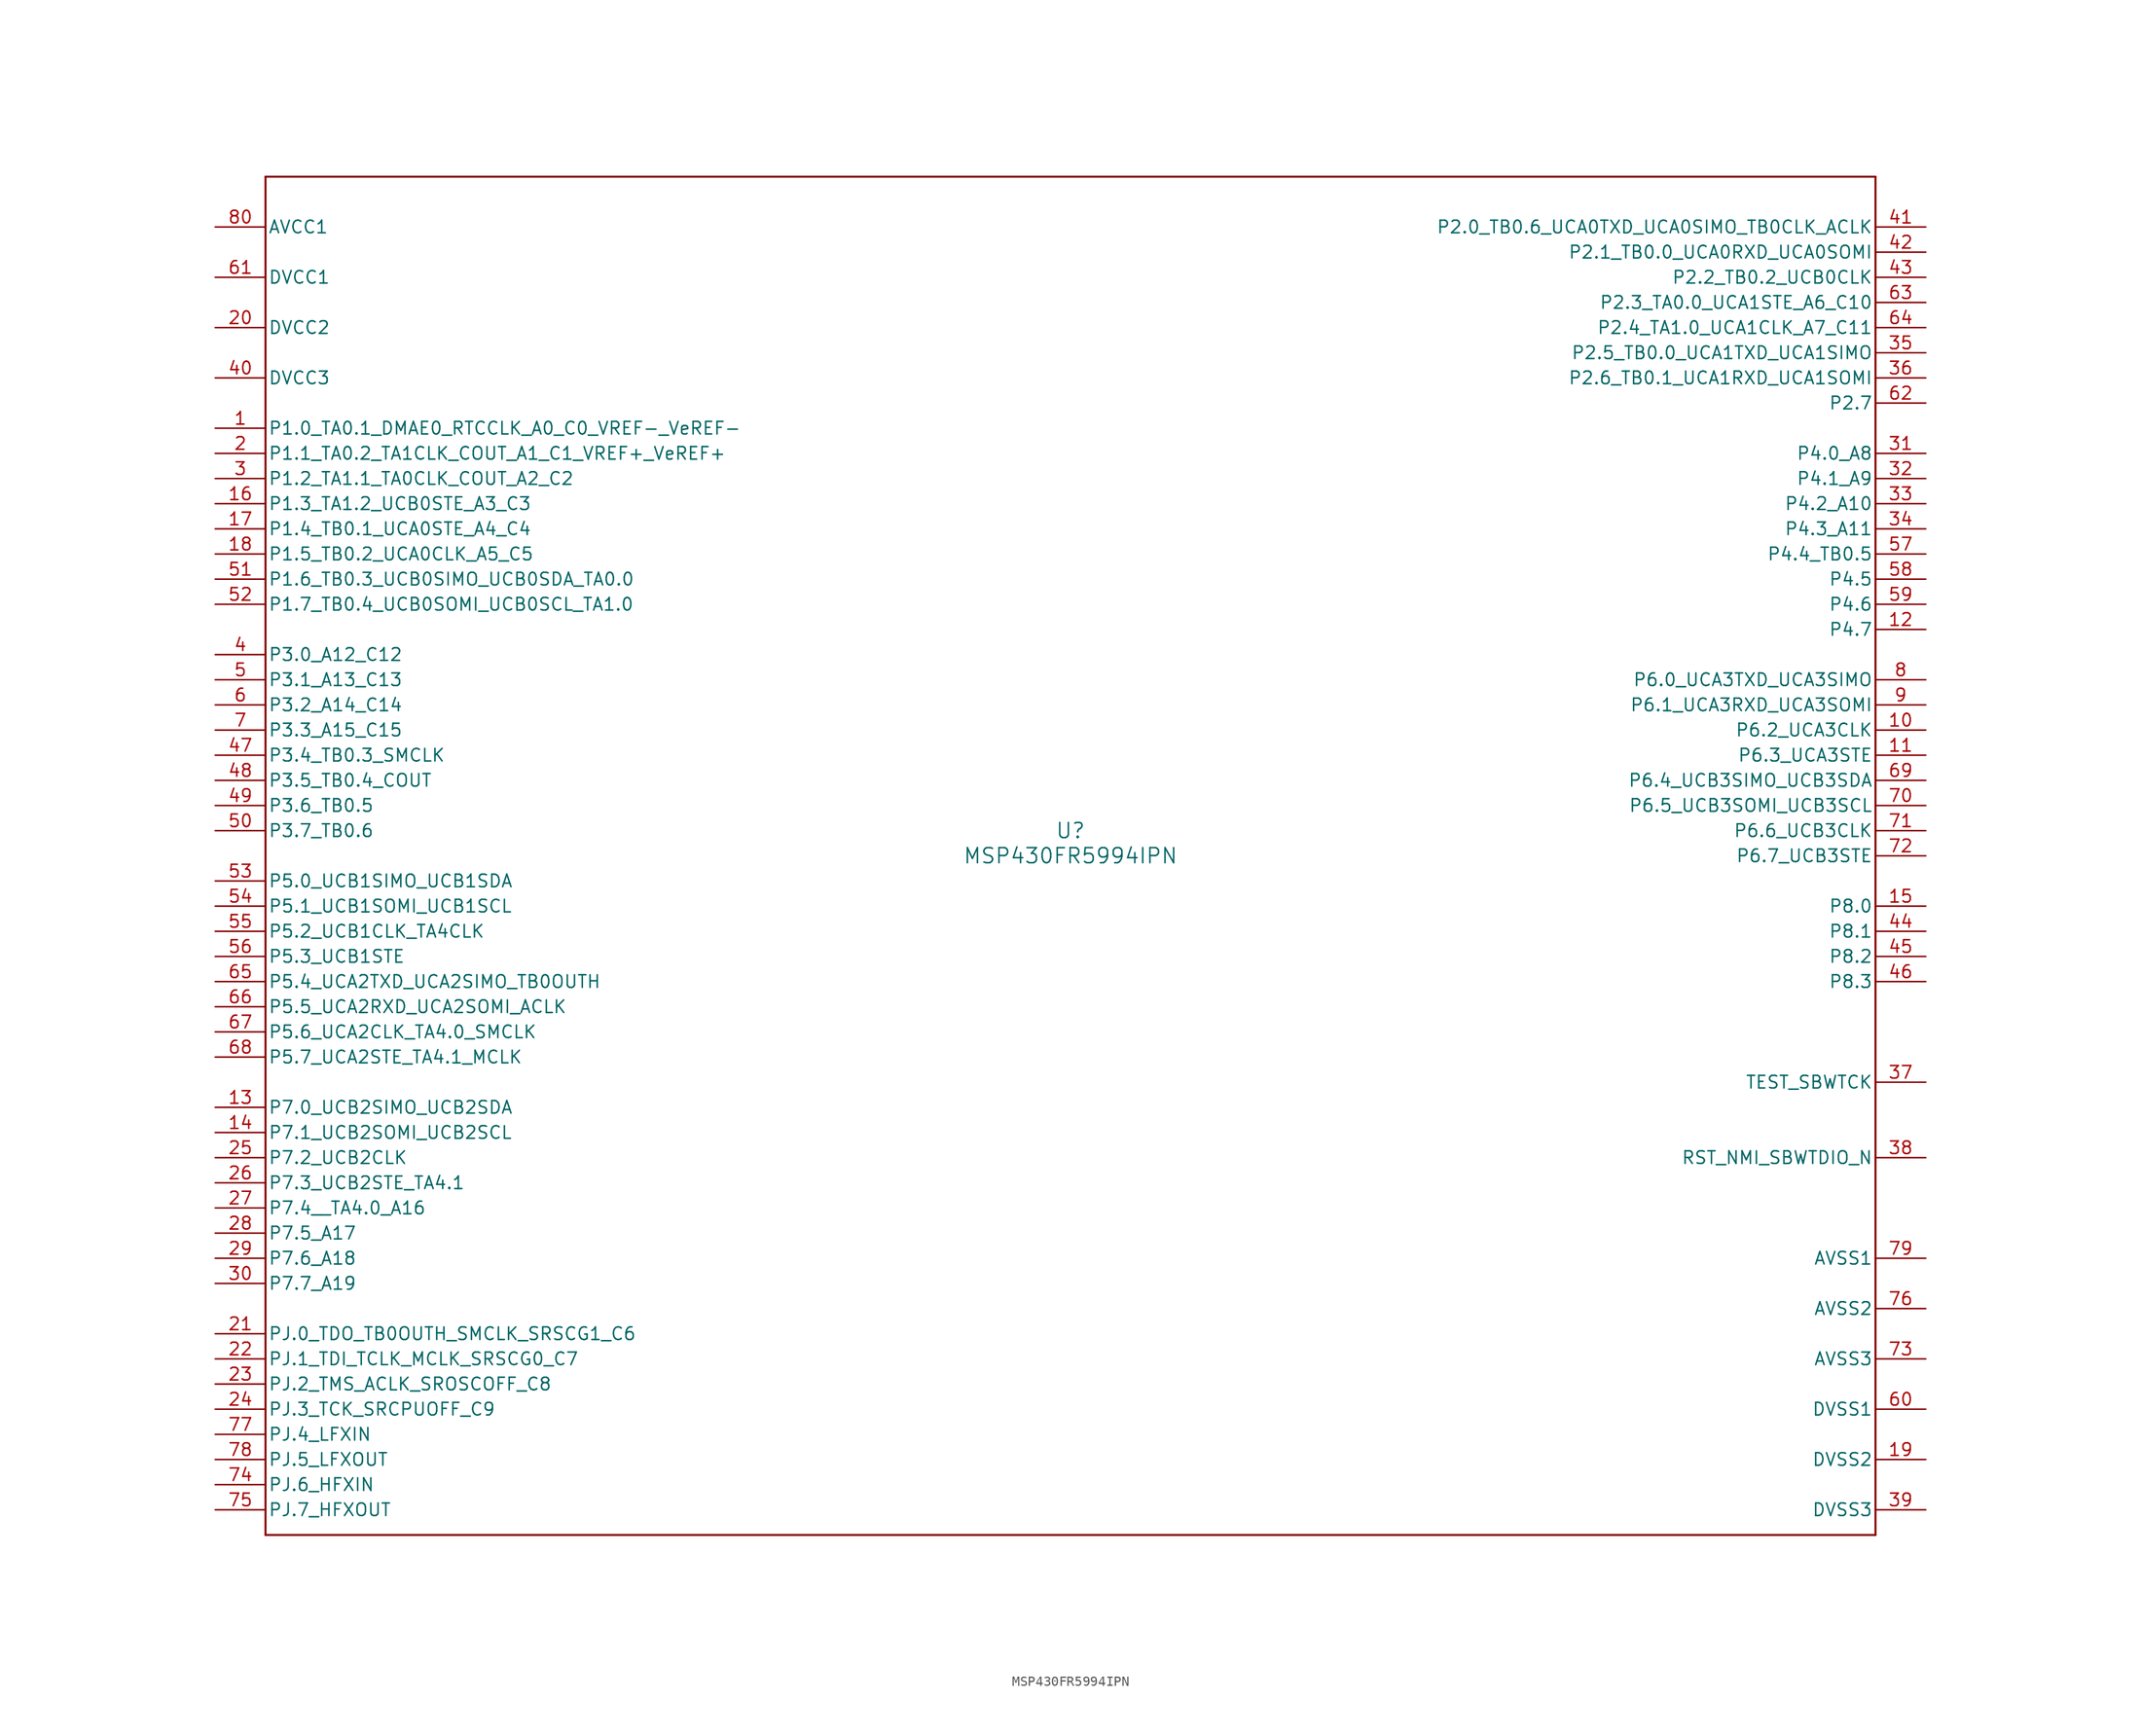
<source format=kicad_sym>
(kicad_symbol_lib
  (version 20211014)
  (generator kicad_symbol_editor)
  (symbol "MSP430FR5994IPN"
    (pin_names
      (offset 0.254))
    (property "Reference" "U"
      (at 0 2.54 0)
      (effects (font (size 1.524 1.524))))
    (property "Value" "MSP430FR5994IPN"
      (at 0 0 0)
      (effects (font (size 1.524 1.524))))
    (symbol "MSP430FR5994IPN_0_1"
      (polyline (pts (xy -81.28 -68.58) (xy 81.28 -68.58)) (stroke (width 0.203) (type default) (color 0 0 0 0)) (fill (type none)))
      (polyline (pts (xy 81.28 -68.58) (xy 81.28 68.58)) (stroke (width 0.203) (type default) (color 0 0 0 0)) (fill (type none)))
      (polyline (pts (xy 81.28 68.58) (xy -81.28 68.58)) (stroke (width 0.203) (type default) (color 0 0 0 0)) (fill (type none)))
      (polyline (pts (xy -81.28 68.58) (xy -81.28 -68.58)) (stroke (width 0.203) (type default) (color 0 0 0 0)) (fill (type none)))
      (pin bidirectional line (at -86.36 43.18 0) (length 5.08) (name "P1.0_TA0.1_DMAE0_RTCCLK_A0_C0_VREF-_VeREF-" (effects (font (size 1.27 1.27)))) (number "1" (effects (font (size 1.27 1.27)))))
      (pin bidirectional line (at -86.36 40.64 0) (length 5.08) (name "P1.1_TA0.2_TA1CLK_COUT_A1_C1_VREF+_VeREF+" (effects (font (size 1.27 1.27)))) (number "2" (effects (font (size 1.27 1.27)))))
      (pin bidirectional line (at -86.36 38.1 0) (length 5.08) (name "P1.2_TA1.1_TA0CLK_COUT_A2_C2" (effects (font (size 1.27 1.27)))) (number "3" (effects (font (size 1.27 1.27)))))
      (pin bidirectional line (at -86.36 20.32 0) (length 5.08) (name "P3.0_A12_C12" (effects (font (size 1.27 1.27)))) (number "4" (effects (font (size 1.27 1.27)))))
      (pin bidirectional line (at -86.36 17.78 0) (length 5.08) (name "P3.1_A13_C13" (effects (font (size 1.27 1.27)))) (number "5" (effects (font (size 1.27 1.27)))))
      (pin bidirectional line (at -86.36 15.24 0) (length 5.08) (name "P3.2_A14_C14" (effects (font (size 1.27 1.27)))) (number "6" (effects (font (size 1.27 1.27)))))
      (pin bidirectional line (at -86.36 12.7 0) (length 5.08) (name "P3.3_A15_C15" (effects (font (size 1.27 1.27)))) (number "7" (effects (font (size 1.27 1.27)))))
      (pin bidirectional line (at 86.36 17.78 180) (length 5.08) (name "P6.0_UCA3TXD_UCA3SIMO" (effects (font (size 1.27 1.27)))) (number "8" (effects (font (size 1.27 1.27)))))
      (pin bidirectional line (at 86.36 15.24 180) (length 5.08) (name "P6.1_UCA3RXD_UCA3SOMI" (effects (font (size 1.27 1.27)))) (number "9" (effects (font (size 1.27 1.27)))))
      (pin bidirectional line (at 86.36 12.7 180) (length 5.08) (name "P6.2_UCA3CLK" (effects (font (size 1.27 1.27)))) (number "10" (effects (font (size 1.27 1.27)))))
      (pin bidirectional line (at 86.36 10.16 180) (length 5.08) (name "P6.3_UCA3STE" (effects (font (size 1.27 1.27)))) (number "11" (effects (font (size 1.27 1.27)))))
      (pin bidirectional line (at 86.36 22.86 180) (length 5.08) (name "P4.7" (effects (font (size 1.27 1.27)))) (number "12" (effects (font (size 1.27 1.27)))))
      (pin bidirectional line (at -86.36 -25.4 0) (length 5.08) (name "P7.0_UCB2SIMO_UCB2SDA" (effects (font (size 1.27 1.27)))) (number "13" (effects (font (size 1.27 1.27)))))
      (pin bidirectional line (at -86.36 -27.94 0) (length 5.08) (name "P7.1_UCB2SOMI_UCB2SCL" (effects (font (size 1.27 1.27)))) (number "14" (effects (font (size 1.27 1.27)))))
      (pin bidirectional line (at 86.36 -5.08 180) (length 5.08) (name "P8.0" (effects (font (size 1.27 1.27)))) (number "15" (effects (font (size 1.27 1.27)))))
      (pin bidirectional line (at -86.36 35.56 0) (length 5.08) (name "P1.3_TA1.2_UCB0STE_A3_C3" (effects (font (size 1.27 1.27)))) (number "16" (effects (font (size 1.27 1.27)))))
      (pin bidirectional line (at -86.36 33.02 0) (length 5.08) (name "P1.4_TB0.1_UCA0STE_A4_C4" (effects (font (size 1.27 1.27)))) (number "17" (effects (font (size 1.27 1.27)))))
      (pin bidirectional line (at -86.36 30.48 0) (length 5.08) (name "P1.5_TB0.2_UCA0CLK_A5_C5" (effects (font (size 1.27 1.27)))) (number "18" (effects (font (size 1.27 1.27)))))
      (pin power_in line (at 86.36 -60.96 180) (length 5.08) (name "DVSS2" (effects (font (size 1.27 1.27)))) (number "19" (effects (font (size 1.27 1.27)))))
      (pin power_in line (at -86.36 53.34 0) (length 5.08) (name "DVCC2" (effects (font (size 1.27 1.27)))) (number "20" (effects (font (size 1.27 1.27)))))
      (pin bidirectional line (at -86.36 -48.26 0) (length 5.08) (name "PJ.0_TDO_TB0OUTH_SMCLK_SRSCG1_C6" (effects (font (size 1.27 1.27)))) (number "21" (effects (font (size 1.27 1.27)))))
      (pin bidirectional line (at -86.36 -50.8 0) (length 5.08) (name "PJ.1_TDI_TCLK_MCLK_SRSCG0_C7" (effects (font (size 1.27 1.27)))) (number "22" (effects (font (size 1.27 1.27)))))
      (pin bidirectional line (at -86.36 -53.34 0) (length 5.08) (name "PJ.2_TMS_ACLK_SROSCOFF_C8" (effects (font (size 1.27 1.27)))) (number "23" (effects (font (size 1.27 1.27)))))
      (pin bidirectional line (at -86.36 -55.88 0) (length 5.08) (name "PJ.3_TCK_SRCPUOFF_C9" (effects (font (size 1.27 1.27)))) (number "24" (effects (font (size 1.27 1.27)))))
      (pin bidirectional line (at -86.36 -30.48 0) (length 5.08) (name "P7.2_UCB2CLK" (effects (font (size 1.27 1.27)))) (number "25" (effects (font (size 1.27 1.27)))))
      (pin bidirectional line (at -86.36 -33.02 0) (length 5.08) (name "P7.3_UCB2STE_TA4.1" (effects (font (size 1.27 1.27)))) (number "26" (effects (font (size 1.27 1.27)))))
      (pin bidirectional line (at -86.36 -35.56 0) (length 5.08) (name "P7.4__TA4.0_A16" (effects (font (size 1.27 1.27)))) (number "27" (effects (font (size 1.27 1.27)))))
      (pin bidirectional line (at -86.36 -38.1 0) (length 5.08) (name "P7.5_A17" (effects (font (size 1.27 1.27)))) (number "28" (effects (font (size 1.27 1.27)))))
      (pin bidirectional line (at -86.36 -40.64 0) (length 5.08) (name "P7.6_A18" (effects (font (size 1.27 1.27)))) (number "29" (effects (font (size 1.27 1.27)))))
      (pin bidirectional line (at -86.36 -43.18 0) (length 5.08) (name "P7.7_A19" (effects (font (size 1.27 1.27)))) (number "30" (effects (font (size 1.27 1.27)))))
      (pin bidirectional line (at 86.36 40.64 180) (length 5.08) (name "P4.0_A8" (effects (font (size 1.27 1.27)))) (number "31" (effects (font (size 1.27 1.27)))))
      (pin bidirectional line (at 86.36 38.1 180) (length 5.08) (name "P4.1_A9" (effects (font (size 1.27 1.27)))) (number "32" (effects (font (size 1.27 1.27)))))
      (pin bidirectional line (at 86.36 35.56 180) (length 5.08) (name "P4.2_A10" (effects (font (size 1.27 1.27)))) (number "33" (effects (font (size 1.27 1.27)))))
      (pin bidirectional line (at 86.36 33.02 180) (length 5.08) (name "P4.3_A11" (effects (font (size 1.27 1.27)))) (number "34" (effects (font (size 1.27 1.27)))))
      (pin bidirectional line (at 86.36 50.8 180) (length 5.08) (name "P2.5_TB0.0_UCA1TXD_UCA1SIMO" (effects (font (size 1.27 1.27)))) (number "35" (effects (font (size 1.27 1.27)))))
      (pin bidirectional line (at 86.36 48.26 180) (length 5.08) (name "P2.6_TB0.1_UCA1RXD_UCA1SOMI" (effects (font (size 1.27 1.27)))) (number "36" (effects (font (size 1.27 1.27)))))
      (pin input line (at 86.36 -22.86 180) (length 5.08) (name "TEST_SBWTCK" (effects (font (size 1.27 1.27)))) (number "37" (effects (font (size 1.27 1.27)))))
      (pin bidirectional line (at 86.36 -30.48 180) (length 5.08) (name "RST_NMI_SBWTDIO_N" (effects (font (size 1.27 1.27)))) (number "38" (effects (font (size 1.27 1.27)))))
      (pin power_in line (at 86.36 -66.04 180) (length 5.08) (name "DVSS3" (effects (font (size 1.27 1.27)))) (number "39" (effects (font (size 1.27 1.27)))))
      (pin power_in line (at -86.36 48.26 0) (length 5.08) (name "DVCC3" (effects (font (size 1.27 1.27)))) (number "40" (effects (font (size 1.27 1.27)))))
      (pin bidirectional line (at 86.36 63.5 180) (length 5.08) (name "P2.0_TB0.6_UCA0TXD_UCA0SIMO_TB0CLK_ACLK" (effects (font (size 1.27 1.27)))) (number "41" (effects (font (size 1.27 1.27)))))
      (pin bidirectional line (at 86.36 60.96 180) (length 5.08) (name "P2.1_TB0.0_UCA0RXD_UCA0SOMI" (effects (font (size 1.27 1.27)))) (number "42" (effects (font (size 1.27 1.27)))))
      (pin bidirectional line (at 86.36 58.42 180) (length 5.08) (name "P2.2_TB0.2_UCB0CLK" (effects (font (size 1.27 1.27)))) (number "43" (effects (font (size 1.27 1.27)))))
      (pin bidirectional line (at 86.36 -7.62 180) (length 5.08) (name "P8.1" (effects (font (size 1.27 1.27)))) (number "44" (effects (font (size 1.27 1.27)))))
      (pin bidirectional line (at 86.36 -10.16 180) (length 5.08) (name "P8.2" (effects (font (size 1.27 1.27)))) (number "45" (effects (font (size 1.27 1.27)))))
      (pin bidirectional line (at 86.36 -12.7 180) (length 5.08) (name "P8.3" (effects (font (size 1.27 1.27)))) (number "46" (effects (font (size 1.27 1.27)))))
      (pin bidirectional line (at -86.36 10.16 0) (length 5.08) (name "P3.4_TB0.3_SMCLK" (effects (font (size 1.27 1.27)))) (number "47" (effects (font (size 1.27 1.27)))))
      (pin bidirectional line (at -86.36 7.62 0) (length 5.08) (name "P3.5_TB0.4_COUT" (effects (font (size 1.27 1.27)))) (number "48" (effects (font (size 1.27 1.27)))))
      (pin bidirectional line (at -86.36 5.08 0) (length 5.08) (name "P3.6_TB0.5" (effects (font (size 1.27 1.27)))) (number "49" (effects (font (size 1.27 1.27)))))
      (pin bidirectional line (at -86.36 2.54 0) (length 5.08) (name "P3.7_TB0.6" (effects (font (size 1.27 1.27)))) (number "50" (effects (font (size 1.27 1.27)))))
      (pin bidirectional line (at -86.36 27.94 0) (length 5.08) (name "P1.6_TB0.3_UCB0SIMO_UCB0SDA_TA0.0" (effects (font (size 1.27 1.27)))) (number "51" (effects (font (size 1.27 1.27)))))
      (pin bidirectional line (at -86.36 25.4 0) (length 5.08) (name "P1.7_TB0.4_UCB0SOMI_UCB0SCL_TA1.0" (effects (font (size 1.27 1.27)))) (number "52" (effects (font (size 1.27 1.27)))))
      (pin bidirectional line (at -86.36 -2.54 0) (length 5.08) (name "P5.0_UCB1SIMO_UCB1SDA" (effects (font (size 1.27 1.27)))) (number "53" (effects (font (size 1.27 1.27)))))
      (pin bidirectional line (at -86.36 -5.08 0) (length 5.08) (name "P5.1_UCB1SOMI_UCB1SCL" (effects (font (size 1.27 1.27)))) (number "54" (effects (font (size 1.27 1.27)))))
      (pin bidirectional line (at -86.36 -7.62 0) (length 5.08) (name "P5.2_UCB1CLK_TA4CLK" (effects (font (size 1.27 1.27)))) (number "55" (effects (font (size 1.27 1.27)))))
      (pin bidirectional line (at -86.36 -10.16 0) (length 5.08) (name "P5.3_UCB1STE" (effects (font (size 1.27 1.27)))) (number "56" (effects (font (size 1.27 1.27)))))
      (pin bidirectional line (at 86.36 30.48 180) (length 5.08) (name "P4.4_TB0.5" (effects (font (size 1.27 1.27)))) (number "57" (effects (font (size 1.27 1.27)))))
      (pin bidirectional line (at 86.36 27.94 180) (length 5.08) (name "P4.5" (effects (font (size 1.27 1.27)))) (number "58" (effects (font (size 1.27 1.27)))))
      (pin bidirectional line (at 86.36 25.4 180) (length 5.08) (name "P4.6" (effects (font (size 1.27 1.27)))) (number "59" (effects (font (size 1.27 1.27)))))
      (pin power_in line (at 86.36 -55.88 180) (length 5.08) (name "DVSS1" (effects (font (size 1.27 1.27)))) (number "60" (effects (font (size 1.27 1.27)))))
      (pin power_in line (at -86.36 58.42 0) (length 5.08) (name "DVCC1" (effects (font (size 1.27 1.27)))) (number "61" (effects (font (size 1.27 1.27)))))
      (pin bidirectional line (at 86.36 45.72 180) (length 5.08) (name "P2.7" (effects (font (size 1.27 1.27)))) (number "62" (effects (font (size 1.27 1.27)))))
      (pin bidirectional line (at 86.36 55.88 180) (length 5.08) (name "P2.3_TA0.0_UCA1STE_A6_C10" (effects (font (size 1.27 1.27)))) (number "63" (effects (font (size 1.27 1.27)))))
      (pin bidirectional line (at 86.36 53.34 180) (length 5.08) (name "P2.4_TA1.0_UCA1CLK_A7_C11" (effects (font (size 1.27 1.27)))) (number "64" (effects (font (size 1.27 1.27)))))
      (pin bidirectional line (at -86.36 -12.7 0) (length 5.08) (name "P5.4_UCA2TXD_UCA2SIMO_TB0OUTH" (effects (font (size 1.27 1.27)))) (number "65" (effects (font (size 1.27 1.27)))))
      (pin bidirectional line (at -86.36 -15.24 0) (length 5.08) (name "P5.5_UCA2RXD_UCA2SOMI_ACLK" (effects (font (size 1.27 1.27)))) (number "66" (effects (font (size 1.27 1.27)))))
      (pin bidirectional line (at -86.36 -17.78 0) (length 5.08) (name "P5.6_UCA2CLK_TA4.0_SMCLK" (effects (font (size 1.27 1.27)))) (number "67" (effects (font (size 1.27 1.27)))))
      (pin bidirectional line (at -86.36 -20.32 0) (length 5.08) (name "P5.7_UCA2STE_TA4.1_MCLK" (effects (font (size 1.27 1.27)))) (number "68" (effects (font (size 1.27 1.27)))))
      (pin bidirectional line (at 86.36 7.62 180) (length 5.08) (name "P6.4_UCB3SIMO_UCB3SDA" (effects (font (size 1.27 1.27)))) (number "69" (effects (font (size 1.27 1.27)))))
      (pin bidirectional line (at 86.36 5.08 180) (length 5.08) (name "P6.5_UCB3SOMI_UCB3SCL" (effects (font (size 1.27 1.27)))) (number "70" (effects (font (size 1.27 1.27)))))
      (pin bidirectional line (at 86.36 2.54 180) (length 5.08) (name "P6.6_UCB3CLK" (effects (font (size 1.27 1.27)))) (number "71" (effects (font (size 1.27 1.27)))))
      (pin bidirectional line (at 86.36 0 180) (length 5.08) (name "P6.7_UCB3STE" (effects (font (size 1.27 1.27)))) (number "72" (effects (font (size 1.27 1.27)))))
      (pin power_in line (at 86.36 -50.8 180) (length 5.08) (name "AVSS3" (effects (font (size 1.27 1.27)))) (number "73" (effects (font (size 1.27 1.27)))))
      (pin bidirectional line (at -86.36 -63.5 0) (length 5.08) (name "PJ.6_HFXIN" (effects (font (size 1.27 1.27)))) (number "74" (effects (font (size 1.27 1.27)))))
      (pin bidirectional line (at -86.36 -66.04 0) (length 5.08) (name "PJ.7_HFXOUT" (effects (font (size 1.27 1.27)))) (number "75" (effects (font (size 1.27 1.27)))))
      (pin power_in line (at 86.36 -45.72 180) (length 5.08) (name "AVSS2" (effects (font (size 1.27 1.27)))) (number "76" (effects (font (size 1.27 1.27)))))
      (pin bidirectional line (at -86.36 -58.42 0) (length 5.08) (name "PJ.4_LFXIN" (effects (font (size 1.27 1.27)))) (number "77" (effects (font (size 1.27 1.27)))))
      (pin bidirectional line (at -86.36 -60.96 0) (length 5.08) (name "PJ.5_LFXOUT" (effects (font (size 1.27 1.27)))) (number "78" (effects (font (size 1.27 1.27)))))
      (pin power_in line (at 86.36 -40.64 180) (length 5.08) (name "AVSS1" (effects (font (size 1.27 1.27)))) (number "79" (effects (font (size 1.27 1.27)))))
      (pin power_in line (at -86.36 63.5 0) (length 5.08) (name "AVCC1" (effects (font (size 1.27 1.27)))) (number "80" (effects (font (size 1.27 1.27))))))))
</source>
